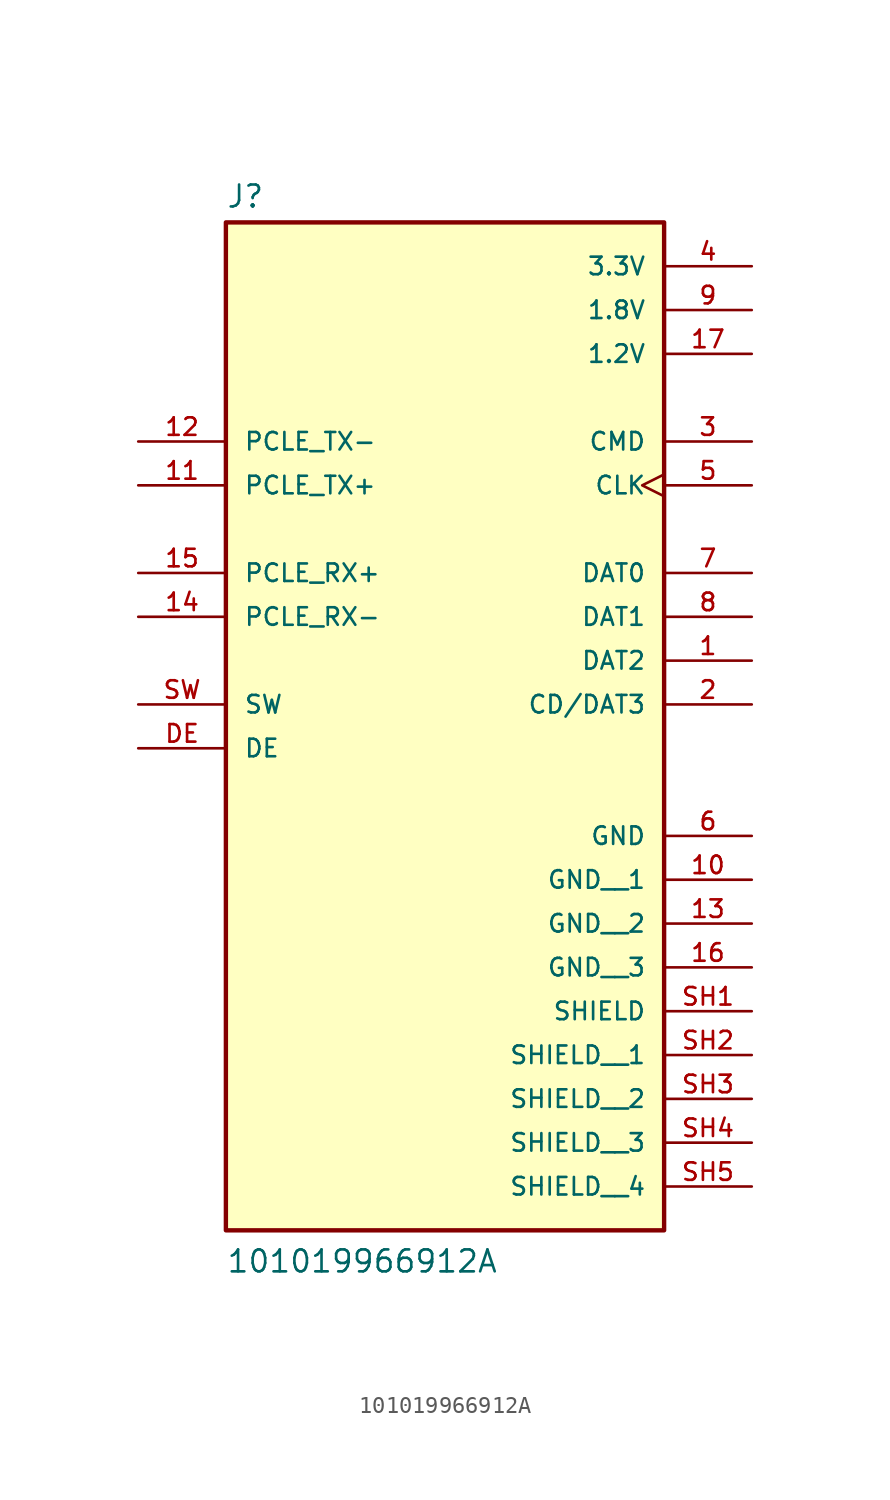
<source format=kicad_sym>
(kicad_symbol_lib
  (version 20211014)
  (generator kicad_symbol_editor)
  (symbol "101019966912A"
    (pin_names
      (offset 1.016))
    (property "Reference" "J"
      (at -12.7 21.082 0)
      (effects (font (size 1.27 1.27)) (justify bottom left)))
    (property "Value" "101019966912A"
      (at -12.7 -40.64 0)
      (effects (font (size 1.27 1.27)) (justify bottom left)))
    (symbol "101019966912A_0_0"
      (rectangle (start -12.7 -38.1) (end 12.7 20.32) (stroke (width 0.254)) (fill (type background)))
      (pin bidirectional line (at 17.78 -5.08 180.0) (length 5.08) (name "DAT2" (effects (font (size 1.016 1.016)))) (number "1" (effects (font (size 1.016 1.016)))))
      (pin bidirectional line (at 17.78 -7.62 180.0) (length 5.08) (name "CD/DAT3" (effects (font (size 1.016 1.016)))) (number "2" (effects (font (size 1.016 1.016)))))
      (pin bidirectional line (at 17.78 7.62 180.0) (length 5.08) (name "CMD" (effects (font (size 1.016 1.016)))) (number "3" (effects (font (size 1.016 1.016)))))
      (pin power_in line (at 17.78 17.78 180.0) (length 5.08) (name "3.3V" (effects (font (size 1.016 1.016)))) (number "4" (effects (font (size 1.016 1.016)))))
      (pin input clock (at 17.78 5.08 180.0) (length 5.08) (name "CLK" (effects (font (size 1.016 1.016)))) (number "5" (effects (font (size 1.016 1.016)))))
      (pin power_in line (at 17.78 -15.24 180.0) (length 5.08) (name "GND" (effects (font (size 1.016 1.016)))) (number "6" (effects (font (size 1.016 1.016)))))
      (pin bidirectional line (at 17.78 0.0 180.0) (length 5.08) (name "DAT0" (effects (font (size 1.016 1.016)))) (number "7" (effects (font (size 1.016 1.016)))))
      (pin bidirectional line (at 17.78 -2.54 180.0) (length 5.08) (name "DAT1" (effects (font (size 1.016 1.016)))) (number "8" (effects (font (size 1.016 1.016)))))
      (pin output line (at -17.78 5.08 0) (length 5.08) (name "PCLE_TX+" (effects (font (size 1.016 1.016)))) (number "11" (effects (font (size 1.016 1.016)))))
      (pin output line (at -17.78 7.62 0) (length 5.08) (name "PCLE_TX-" (effects (font (size 1.016 1.016)))) (number "12" (effects (font (size 1.016 1.016)))))
      (pin input line (at -17.78 -2.54 0) (length 5.08) (name "PCLE_RX-" (effects (font (size 1.016 1.016)))) (number "14" (effects (font (size 1.016 1.016)))))
      (pin input line (at -17.78 0.0 0) (length 5.08) (name "PCLE_RX+" (effects (font (size 1.016 1.016)))) (number "15" (effects (font (size 1.016 1.016)))))
      (pin power_in line (at 17.78 12.7 180.0) (length 5.08) (name "1.2V" (effects (font (size 1.016 1.016)))) (number "17" (effects (font (size 1.016 1.016)))))
      (pin passive line (at -17.78 -7.62 0) (length 5.08) (name "SW" (effects (font (size 1.016 1.016)))) (number "SW" (effects (font (size 1.016 1.016)))))
      (pin passive line (at -17.78 -10.16 0) (length 5.08) (name "DE" (effects (font (size 1.016 1.016)))) (number "DE" (effects (font (size 1.016 1.016)))))
      (pin power_in line (at 17.78 15.24 180.0) (length 5.08) (name "1.8V" (effects (font (size 1.016 1.016)))) (number "9" (effects (font (size 1.016 1.016)))))
      (pin passive line (at 17.78 -25.4 180.0) (length 5.08) (name "SHIELD" (effects (font (size 1.016 1.016)))) (number "SH1" (effects (font (size 1.016 1.016)))))
      (pin power_in line (at 17.78 -17.78 180.0) (length 5.08) (name "GND__1" (effects (font (size 1.016 1.016)))) (number "10" (effects (font (size 1.016 1.016)))))
      (pin power_in line (at 17.78 -20.32 180.0) (length 5.08) (name "GND__2" (effects (font (size 1.016 1.016)))) (number "13" (effects (font (size 1.016 1.016)))))
      (pin power_in line (at 17.78 -22.86 180.0) (length 5.08) (name "GND__3" (effects (font (size 1.016 1.016)))) (number "16" (effects (font (size 1.016 1.016)))))
      (pin passive line (at 17.78 -27.94 180.0) (length 5.08) (name "SHIELD__1" (effects (font (size 1.016 1.016)))) (number "SH2" (effects (font (size 1.016 1.016)))))
      (pin passive line (at 17.78 -30.48 180.0) (length 5.08) (name "SHIELD__2" (effects (font (size 1.016 1.016)))) (number "SH3" (effects (font (size 1.016 1.016)))))
      (pin passive line (at 17.78 -33.02 180.0) (length 5.08) (name "SHIELD__3" (effects (font (size 1.016 1.016)))) (number "SH4" (effects (font (size 1.016 1.016)))))
      (pin passive line (at 17.78 -35.56 180.0) (length 5.08) (name "SHIELD__4" (effects (font (size 1.016 1.016)))) (number "SH5" (effects (font (size 1.016 1.016))))))))
</source>
